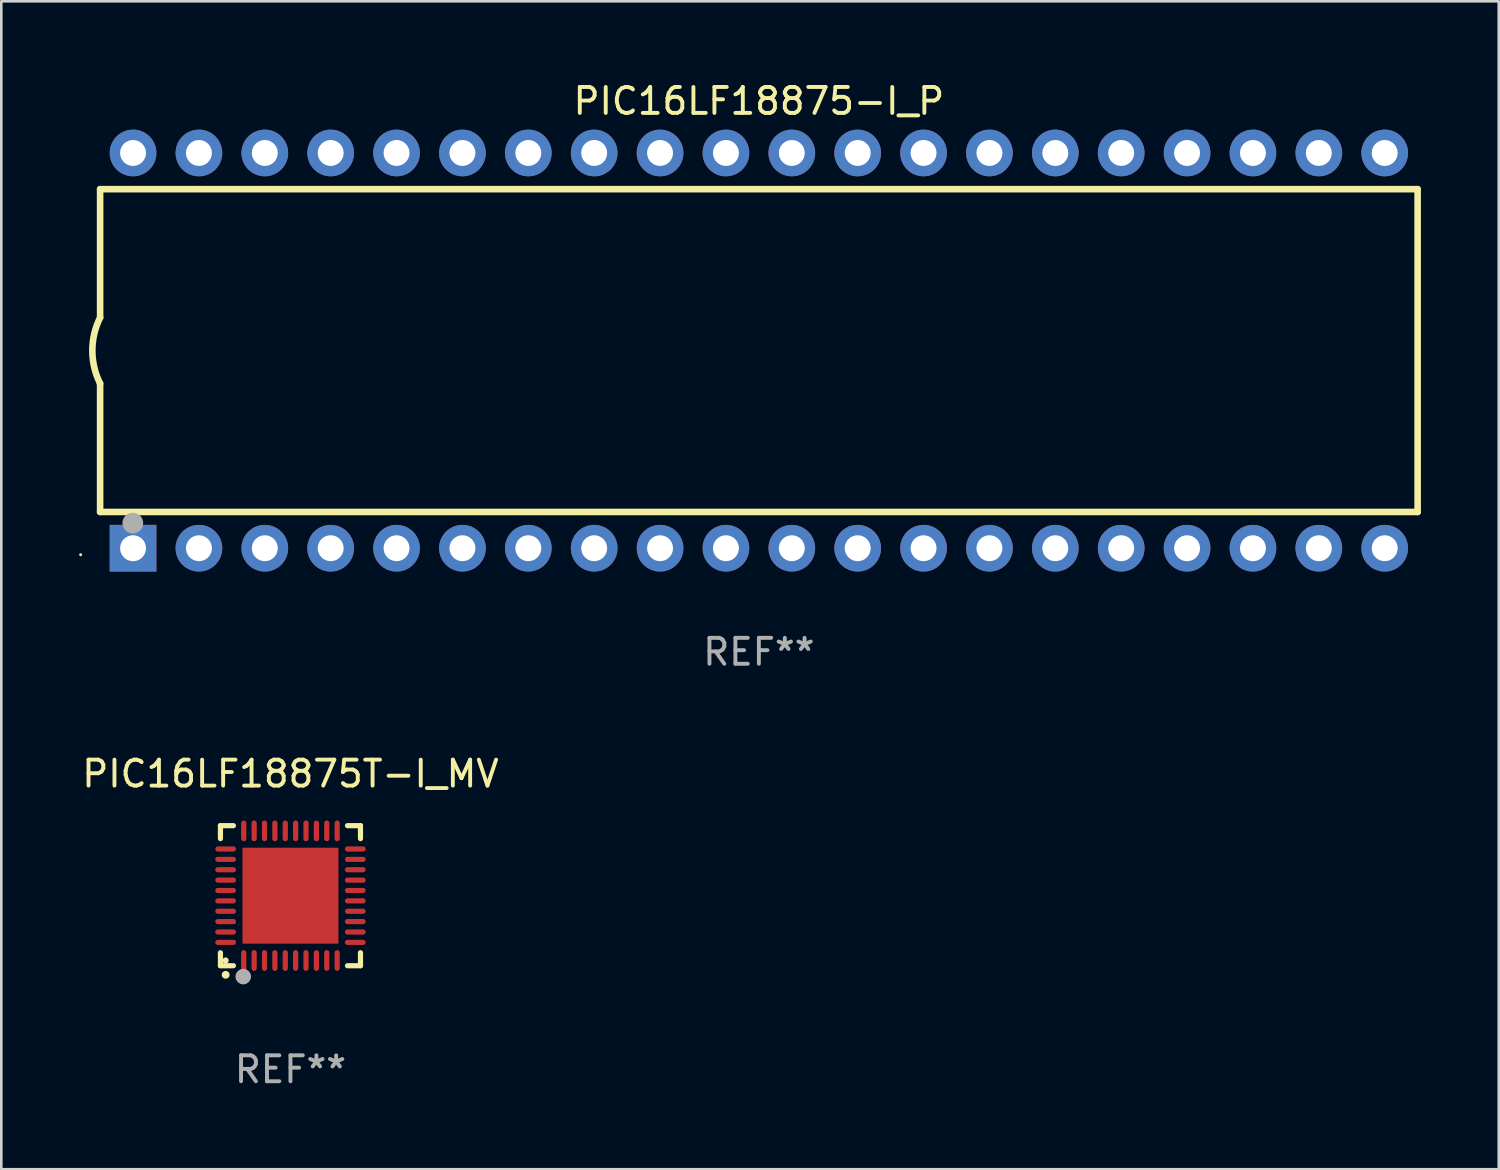
<source format=kicad_pcb>
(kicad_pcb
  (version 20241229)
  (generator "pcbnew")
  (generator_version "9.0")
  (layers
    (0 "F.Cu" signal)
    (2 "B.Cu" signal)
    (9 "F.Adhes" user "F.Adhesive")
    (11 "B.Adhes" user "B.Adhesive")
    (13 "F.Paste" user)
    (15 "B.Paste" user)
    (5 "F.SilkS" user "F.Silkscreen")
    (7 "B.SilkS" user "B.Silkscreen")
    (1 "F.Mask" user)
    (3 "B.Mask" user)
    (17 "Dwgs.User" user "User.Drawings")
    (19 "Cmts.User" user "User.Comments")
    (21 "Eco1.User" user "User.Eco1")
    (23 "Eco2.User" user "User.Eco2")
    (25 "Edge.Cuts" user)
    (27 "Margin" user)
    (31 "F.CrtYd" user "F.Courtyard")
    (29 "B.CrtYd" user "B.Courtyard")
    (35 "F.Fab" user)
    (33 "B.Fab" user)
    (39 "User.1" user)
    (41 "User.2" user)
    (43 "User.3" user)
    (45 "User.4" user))
  (footprint "PIC16LF18875-I_P"
    (layer "F.Cu")
    (at 26.21 10.468)
    (property "Reference" "PIC16LF18875-I_P" (at 0 -9.62 0) (layer "F.SilkS") (effects (font (size 1 1) (thickness 0.15))))
    (attr through_hole)
    (fp_line (start -25.4 -6.224) (end -25.4 -1.271) (stroke (width 0.254) (type solid)) (layer "F.SilkS"))
    (fp_line (start -25.4 -6.224) (end 25.4 -6.224) (stroke (width 0.254) (type solid)) (layer "F.SilkS"))
    (fp_line (start -25.4 1.269) (end -25.4 6.222) (stroke (width 0.254) (type solid)) (layer "F.SilkS"))
    (fp_line (start -25.4 6.222) (end 25.4 6.222) (stroke (width 0.254) (type solid)) (layer "F.SilkS"))
    (fp_line (start 25.4 6.222) (end 25.4 -6.224) (stroke (width 0.254) (type solid)) (layer "F.SilkS"))
    (fp_arc (start -25.4 1.269241) (mid -25.699807 -0.000762) (end -25.4 -1.270765) (stroke (width 0.254001) (type solid)) (layer "F.SilkS"))
    (fp_circle (center -26.15 7.87) (end -26.12 7.87) (stroke (width 0.06) (type solid)) (fill no) (layer "F.SilkS"))
    (fp_circle (center -24.14 6.65) (end -23.94 6.65) (stroke (width 0.4) (type solid)) (fill no) (layer "F.Fab"))
    (fp_text user "REF**" (at 0 11.62 0) (layer "F.Fab") (effects (font (size 1 1) (thickness 0.15))))
    (pad "1" thru_hole rect (at -24.13 7.62 90) (size 1.8 1.8) (drill 1) (layers "*.Cu" "*.Mask"))
    (pad "2" thru_hole circle (at -21.59 7.62) (size 1.8 1.8) (drill 1) (layers "*.Cu" "*.Mask"))
    (pad "3" thru_hole circle (at -19.05 7.62) (size 1.8 1.8) (drill 1) (layers "*.Cu" "*.Mask"))
    (pad "4" thru_hole circle (at -16.51 7.62) (size 1.8 1.8) (drill 1) (layers "*.Cu" "*.Mask"))
    (pad "5" thru_hole circle (at -13.97 7.62) (size 1.8 1.8) (drill 1) (layers "*.Cu" "*.Mask"))
    (pad "6" thru_hole circle (at -11.43 7.62) (size 1.8 1.8) (drill 1) (layers "*.Cu" "*.Mask"))
    (pad "7" thru_hole circle (at -8.89 7.62) (size 1.8 1.8) (drill 1) (layers "*.Cu" "*.Mask"))
    (pad "8" thru_hole circle (at -6.35 7.62) (size 1.8 1.8) (drill 1) (layers "*.Cu" "*.Mask"))
    (pad "9" thru_hole circle (at -3.81 7.62) (size 1.8 1.8) (drill 1) (layers "*.Cu" "*.Mask"))
    (pad "10" thru_hole circle (at -1.27 7.62) (size 1.8 1.8) (drill 1) (layers "*.Cu" "*.Mask"))
    (pad "11" thru_hole circle (at 1.27 7.62) (size 1.8 1.8) (drill 1) (layers "*.Cu" "*.Mask"))
    (pad "12" thru_hole circle (at 3.81 7.62) (size 1.8 1.8) (drill 1) (layers "*.Cu" "*.Mask"))
    (pad "13" thru_hole circle (at 6.35 7.62) (size 1.8 1.8) (drill 1) (layers "*.Cu" "*.Mask"))
    (pad "14" thru_hole circle (at 8.89 7.62) (size 1.8 1.8) (drill 1) (layers "*.Cu" "*.Mask"))
    (pad "15" thru_hole circle (at 11.43 7.62) (size 1.8 1.8) (drill 1) (layers "*.Cu" "*.Mask"))
    (pad "16" thru_hole circle (at 13.97 7.62) (size 1.8 1.8) (drill 1) (layers "*.Cu" "*.Mask"))
    (pad "17" thru_hole circle (at 16.51 7.62) (size 1.8 1.8) (drill 1) (layers "*.Cu" "*.Mask"))
    (pad "18" thru_hole circle (at 19.05 7.62) (size 1.8 1.8) (drill 1) (layers "*.Cu" "*.Mask"))
    (pad "19" thru_hole circle (at 21.59 7.62) (size 1.8 1.8) (drill 1) (layers "*.Cu" "*.Mask"))
    (pad "20" thru_hole circle (at 24.13 7.62) (size 1.8 1.8) (drill 1) (layers "*.Cu" "*.Mask"))
    (pad "21" thru_hole circle (at 24.13 -7.62) (size 1.8 1.8) (drill 1) (layers "*.Cu" "*.Mask"))
    (pad "22" thru_hole circle (at 21.59 -7.62) (size 1.8 1.8) (drill 1) (layers "*.Cu" "*.Mask"))
    (pad "23" thru_hole circle (at 19.05 -7.62) (size 1.8 1.8) (drill 1) (layers "*.Cu" "*.Mask"))
    (pad "24" thru_hole circle (at 16.51 -7.62) (size 1.8 1.8) (drill 1) (layers "*.Cu" "*.Mask"))
    (pad "25" thru_hole circle (at 13.97 -7.62) (size 1.8 1.8) (drill 1) (layers "*.Cu" "*.Mask"))
    (pad "26" thru_hole circle (at 11.43 -7.62) (size 1.8 1.8) (drill 1) (layers "*.Cu" "*.Mask"))
    (pad "27" thru_hole circle (at 8.89 -7.62) (size 1.8 1.8) (drill 1) (layers "*.Cu" "*.Mask"))
    (pad "28" thru_hole circle (at 6.35 -7.62) (size 1.8 1.8) (drill 1) (layers "*.Cu" "*.Mask"))
    (pad "29" thru_hole circle (at 3.81 -7.62) (size 1.8 1.8) (drill 1) (layers "*.Cu" "*.Mask"))
    (pad "30" thru_hole circle (at 1.27 -7.62) (size 1.8 1.8) (drill 1) (layers "*.Cu" "*.Mask"))
    (pad "31" thru_hole circle (at -1.27 -7.62) (size 1.8 1.8) (drill 1) (layers "*.Cu" "*.Mask"))
    (pad "32" thru_hole circle (at -3.81 -7.62) (size 1.8 1.8) (drill 1) (layers "*.Cu" "*.Mask"))
    (pad "33" thru_hole circle (at -6.35 -7.62) (size 1.8 1.8) (drill 1) (layers "*.Cu" "*.Mask"))
    (pad "34" thru_hole circle (at -8.89 -7.62) (size 1.8 1.8) (drill 1) (layers "*.Cu" "*.Mask"))
    (pad "35" thru_hole circle (at -11.43 -7.62) (size 1.8 1.8) (drill 1) (layers "*.Cu" "*.Mask"))
    (pad "36" thru_hole circle (at -13.97 -7.62) (size 1.8 1.8) (drill 1) (layers "*.Cu" "*.Mask"))
    (pad "37" thru_hole circle (at -16.51 -7.62) (size 1.8 1.8) (drill 1) (layers "*.Cu" "*.Mask"))
    (pad "38" thru_hole circle (at -19.05 -7.62) (size 1.8 1.8) (drill 1) (layers "*.Cu" "*.Mask"))
    (pad "39" thru_hole circle (at -21.59 -7.62) (size 1.8 1.8) (drill 1) (layers "*.Cu" "*.Mask"))
    (pad "40" thru_hole circle (at -24.13 -7.62) (size 1.8 1.8) (drill 1) (layers "*.Cu" "*.Mask")))
  (footprint "PIC16LF18875T-I_MV"
    (layer "F.Cu")
    (at 8.149 31.485)
    (property "Reference" "PIC16LF18875T-I_MV" (at 0 -4.7 0) (layer "F.SilkS") (effects (font (size 1 1) (thickness 0.15))))
    (attr through_hole)
    (fp_line (start -2.7 -2.7) (end -2.7 -2.2) (stroke (width 0.2) (type solid)) (layer "F.SilkS"))
    (fp_line (start -2.7 2.7) (end -2.7 2.2) (stroke (width 0.2) (type solid)) (layer "F.SilkS"))
    (fp_line (start -2.2 -2.7) (end -2.7 -2.7) (stroke (width 0.2) (type solid)) (layer "F.SilkS"))
    (fp_line (start -2.2 2.7) (end -2.7 2.7) (stroke (width 0.2) (type solid)) (layer "F.SilkS"))
    (fp_line (start 2.7 -2.7) (end 2.2 -2.7) (stroke (width 0.2) (type solid)) (layer "F.SilkS"))
    (fp_line (start 2.7 -2.2) (end 2.7 -2.7) (stroke (width 0.2) (type solid)) (layer "F.SilkS"))
    (fp_line (start 2.7 2.2) (end 2.7 2.7) (stroke (width 0.2) (type solid)) (layer "F.SilkS"))
    (fp_line (start 2.7 2.7) (end 2.2 2.7) (stroke (width 0.2) (type solid)) (layer "F.SilkS"))
    (fp_arc (start -2.499365 3.050546) (mid -2.498095 3.050541) (end -2.496825 3.050546) (stroke (width 0.3) (type solid)) (layer "F.SilkS"))
    (fp_circle (center -2.5 2.5) (end -2.44 2.5) (stroke (width 0.12) (type solid)) (fill no) (layer "F.SilkS"))
    (fp_circle (center -1.82 3.12) (end -1.67 3.12) (stroke (width 0.3) (type solid)) (fill no) (layer "F.Fab"))
    (fp_text user "REF**" (at 0 6.7 0) (layer "F.Fab") (effects (font (size 1 1) (thickness 0.15))))
    (pad "1" smd oval (at -1.8 2.499) (size 0.2 0.8) (layers "F.Cu" "F.Mask" "F.Paste"))
    (pad "2" smd oval (at -1.4 2.499) (size 0.2 0.8) (layers "F.Cu" "F.Mask" "F.Paste"))
    (pad "3" smd oval (at -1 2.499) (size 0.2 0.8) (layers "F.Cu" "F.Mask" "F.Paste"))
    (pad "4" smd oval (at -0.6 2.499) (size 0.2 0.8) (layers "F.Cu" "F.Mask" "F.Paste"))
    (pad "5" smd oval (at -0.2 2.499) (size 0.2 0.8) (layers "F.Cu" "F.Mask" "F.Paste"))
    (pad "6" smd oval (at 0.2 2.499) (size 0.2 0.8) (layers "F.Cu" "F.Mask" "F.Paste"))
    (pad "7" smd oval (at 0.6 2.499) (size 0.2 0.8) (layers "F.Cu" "F.Mask" "F.Paste"))
    (pad "8" smd oval (at 1 2.499) (size 0.2 0.8) (layers "F.Cu" "F.Mask" "F.Paste"))
    (pad "9" smd oval (at 1.4 2.499) (size 0.2 0.8) (layers "F.Cu" "F.Mask" "F.Paste"))
    (pad "10" smd oval (at 1.8 2.499) (size 0.2 0.8) (layers "F.Cu" "F.Mask" "F.Paste"))
    (pad "11" smd oval (at 2.499 1.8) (size 0.8 0.2) (layers "F.Cu" "F.Mask" "F.Paste"))
    (pad "12" smd oval (at 2.499 1.4) (size 0.8 0.2) (layers "F.Cu" "F.Mask" "F.Paste"))
    (pad "13" smd oval (at 2.499 1) (size 0.8 0.2) (layers "F.Cu" "F.Mask" "F.Paste"))
    (pad "14" smd oval (at 2.499 0.6) (size 0.8 0.2) (layers "F.Cu" "F.Mask" "F.Paste"))
    (pad "15" smd oval (at 2.499 0.2) (size 0.8 0.2) (layers "F.Cu" "F.Mask" "F.Paste"))
    (pad "16" smd oval (at 2.499 -0.2) (size 0.8 0.2) (layers "F.Cu" "F.Mask" "F.Paste"))
    (pad "17" smd oval (at 2.499 -0.6) (size 0.8 0.2) (layers "F.Cu" "F.Mask" "F.Paste"))
    (pad "18" smd oval (at 2.499 -1) (size 0.8 0.2) (layers "F.Cu" "F.Mask" "F.Paste"))
    (pad "19" smd oval (at 2.499 -1.4) (size 0.8 0.2) (layers "F.Cu" "F.Mask" "F.Paste"))
    (pad "20" smd oval (at 2.499 -1.8) (size 0.8 0.2) (layers "F.Cu" "F.Mask" "F.Paste"))
    (pad "21" smd oval (at 1.8 -2.499) (size 0.2 0.8) (layers "F.Cu" "F.Mask" "F.Paste"))
    (pad "22" smd oval (at 1.4 -2.499) (size 0.2 0.8) (layers "F.Cu" "F.Mask" "F.Paste"))
    (pad "23" smd oval (at 1 -2.499) (size 0.2 0.8) (layers "F.Cu" "F.Mask" "F.Paste"))
    (pad "24" smd oval (at 0.6 -2.499) (size 0.2 0.8) (layers "F.Cu" "F.Mask" "F.Paste"))
    (pad "25" smd oval (at 0.2 -2.499) (size 0.2 0.8) (layers "F.Cu" "F.Mask" "F.Paste"))
    (pad "26" smd oval (at -0.2 -2.499) (size 0.2 0.8) (layers "F.Cu" "F.Mask" "F.Paste"))
    (pad "27" smd oval (at -0.6 -2.499) (size 0.2 0.8) (layers "F.Cu" "F.Mask" "F.Paste"))
    (pad "28" smd oval (at -1 -2.499) (size 0.2 0.8) (layers "F.Cu" "F.Mask" "F.Paste"))
    (pad "29" smd oval (at -1.4 -2.499) (size 0.2 0.8) (layers "F.Cu" "F.Mask" "F.Paste"))
    (pad "30" smd oval (at -1.8 -2.499) (size 0.2 0.8) (layers "F.Cu" "F.Mask" "F.Paste"))
    (pad "31" smd oval (at -2.499 -1.8) (size 0.8 0.2) (layers "F.Cu" "F.Mask" "F.Paste"))
    (pad "32" smd oval (at -2.499 -1.4) (size 0.8 0.2) (layers "F.Cu" "F.Mask" "F.Paste"))
    (pad "33" smd oval (at -2.499 -1) (size 0.8 0.2) (layers "F.Cu" "F.Mask" "F.Paste"))
    (pad "34" smd oval (at -2.499 -0.6) (size 0.8 0.2) (layers "F.Cu" "F.Mask" "F.Paste"))
    (pad "35" smd oval (at -2.499 -0.2) (size 0.8 0.2) (layers "F.Cu" "F.Mask" "F.Paste"))
    (pad "36" smd oval (at -2.499 0.2) (size 0.8 0.2) (layers "F.Cu" "F.Mask" "F.Paste"))
    (pad "37" smd oval (at -2.499 0.6) (size 0.8 0.2) (layers "F.Cu" "F.Mask" "F.Paste"))
    (pad "38" smd oval (at -2.499 1) (size 0.8 0.2) (layers "F.Cu" "F.Mask" "F.Paste"))
    (pad "39" smd oval (at -2.499 1.4) (size 0.8 0.2) (layers "F.Cu" "F.Mask" "F.Paste"))
    (pad "40" smd oval (at -2.499 1.8) (size 0.8 0.2) (layers "F.Cu" "F.Mask" "F.Paste"))
    (pad "41" smd rect (at 0 0) (size 3.7 3.7) (layers "F.Cu" "F.Mask" "F.Paste")))
  (gr_rect
    (start -3 -3)
    (end 54.737 42.033)
    (stroke (width 0.1) (type default))
    (fill no)
    (layer "Edge.Cuts")))
</source>
